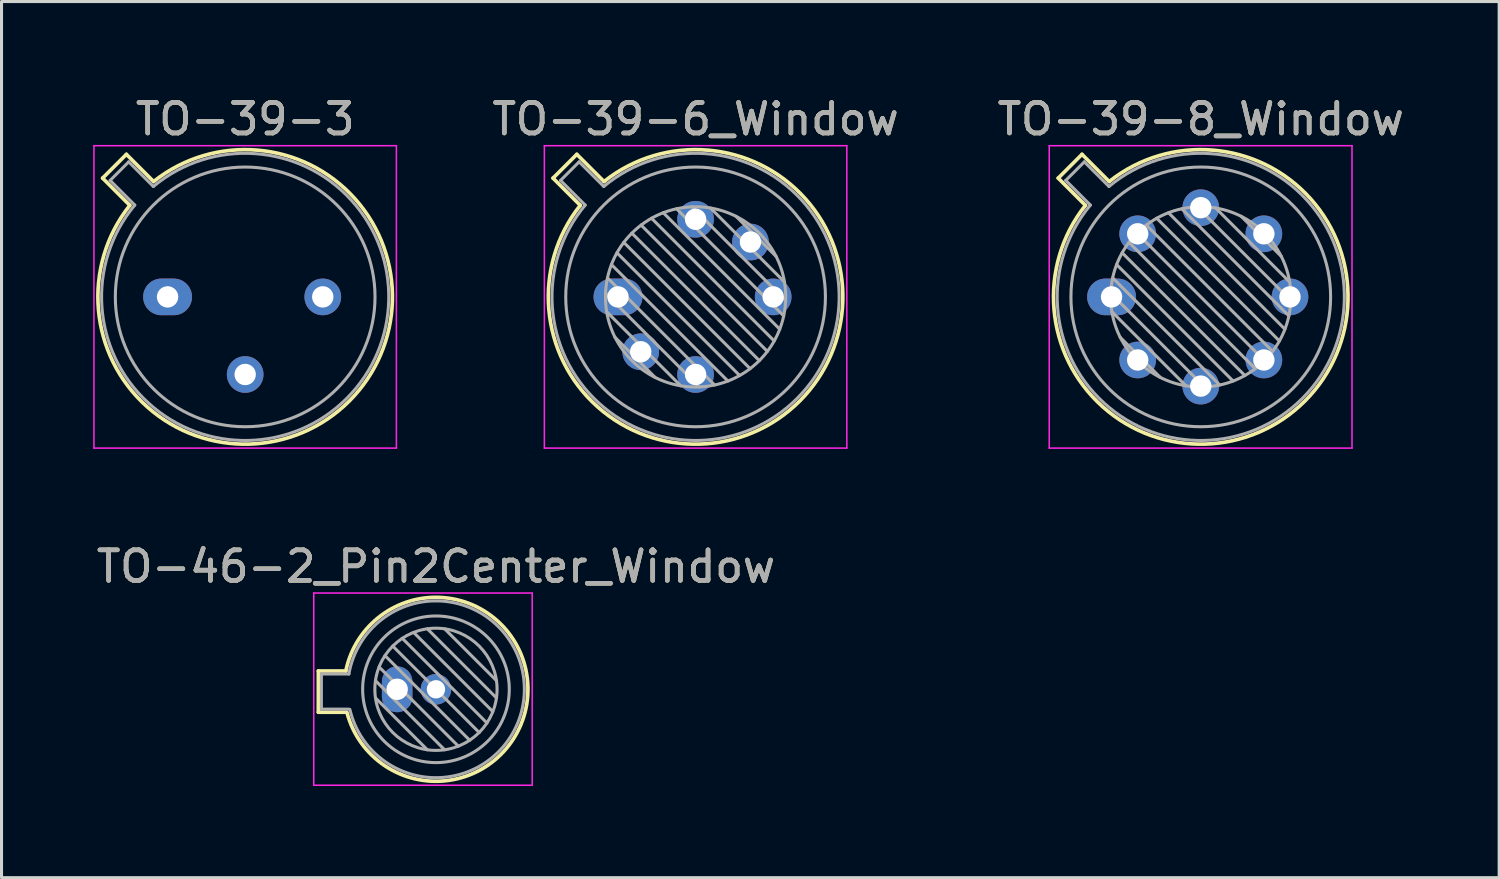
<source format=kicad_pcb>
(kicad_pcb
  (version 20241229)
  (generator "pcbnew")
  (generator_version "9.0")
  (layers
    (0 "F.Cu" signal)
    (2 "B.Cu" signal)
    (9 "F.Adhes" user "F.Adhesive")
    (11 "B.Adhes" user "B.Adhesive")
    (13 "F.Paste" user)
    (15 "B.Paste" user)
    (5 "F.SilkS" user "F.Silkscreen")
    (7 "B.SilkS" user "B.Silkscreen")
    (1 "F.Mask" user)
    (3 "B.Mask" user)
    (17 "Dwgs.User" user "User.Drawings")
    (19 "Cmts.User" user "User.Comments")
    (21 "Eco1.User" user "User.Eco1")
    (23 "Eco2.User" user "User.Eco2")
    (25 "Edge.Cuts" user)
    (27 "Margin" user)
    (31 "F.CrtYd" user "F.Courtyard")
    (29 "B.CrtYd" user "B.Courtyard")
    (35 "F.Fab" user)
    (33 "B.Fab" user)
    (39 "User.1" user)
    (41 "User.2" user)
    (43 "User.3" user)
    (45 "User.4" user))
  (footprint "TO-39-8_Window"
    (layer "F.Cu")
    (at 33.334 6.668)
    (property "Reference" "TO-39-8_Window" (at 2.92 -5.82 0) (layer "F.SilkS") (effects (font (size 1 1) (thickness 0.15))))
    (attr through_hole)
    (fp_line (start -1.746 -3.888) (end -0.855 -2.997) (stroke (width 0.12) (type solid)) (layer "F.SilkS"))
    (fp_line (start -0.968 -4.666) (end -1.746 -3.888) (stroke (width 0.12) (type solid)) (layer "F.SilkS"))
    (fp_line (start -0.077 -3.775) (end -0.968 -4.666) (stroke (width 0.12) (type solid)) (layer "F.SilkS"))
    (fp_arc (start -0.077084 -3.774902) (mid 6.328125 3.408384) (end -0.854674 -2.997371) (stroke (width 0.12) (type solid)) (layer "F.SilkS"))
    (fp_line (start -2.04 -4.95) (end -2.04 4.95) (stroke (width 0.05) (type solid)) (layer "F.CrtYd"))
    (fp_line (start -2.04 4.95) (end 7.87 4.95) (stroke (width 0.05) (type solid)) (layer "F.CrtYd"))
    (fp_line (start 7.87 -4.95) (end -2.04 -4.95) (stroke (width 0.05) (type solid)) (layer "F.CrtYd"))
    (fp_line (start 7.87 4.95) (end 7.87 -4.95) (stroke (width 0.05) (type solid)) (layer "F.CrtYd"))
    (fp_line (start -1.5 -3.812) (end -0.694 -3.005) (stroke (width 0.1) (type solid)) (layer "F.Fab"))
    (fp_line (start -0.892 -4.42) (end -1.5 -3.812) (stroke (width 0.1) (type solid)) (layer "F.Fab"))
    (fp_line (start -0.085 -3.614) (end -0.892 -4.42) (stroke (width 0.1) (type solid)) (layer "F.Fab"))
    (fp_line (start -0.028 -0.12) (end 3.04 2.948) (stroke (width 0.1) (type solid)) (layer "F.Fab"))
    (fp_line (start 0.009 0.485) (end 2.435 2.911) (stroke (width 0.1) (type solid)) (layer "F.Fab"))
    (fp_line (start 0.036 -0.622) (end 3.542 2.884) (stroke (width 0.1) (type solid)) (layer "F.Fab"))
    (fp_line (start 0.165 -1.058) (end 3.978 2.755) (stroke (width 0.1) (type solid)) (layer "F.Fab"))
    (fp_line (start 0.283 1.324) (end 1.596 2.637) (stroke (width 0.1) (type solid)) (layer "F.Fab"))
    (fp_line (start 0.346 -1.443) (end 4.363 2.574) (stroke (width 0.1) (type solid)) (layer "F.Fab"))
    (fp_line (start 0.57 -1.784) (end 4.704 2.35) (stroke (width 0.1) (type solid)) (layer "F.Fab"))
    (fp_line (start 0.834 -2.086) (end 5.006 2.086) (stroke (width 0.1) (type solid)) (layer "F.Fab"))
    (fp_line (start 1.136 -2.35) (end 5.27 1.784) (stroke (width 0.1) (type solid)) (layer "F.Fab"))
    (fp_line (start 1.477 -2.574) (end 5.494 1.443) (stroke (width 0.1) (type solid)) (layer "F.Fab"))
    (fp_line (start 1.862 -2.755) (end 5.675 1.058) (stroke (width 0.1) (type solid)) (layer "F.Fab"))
    (fp_line (start 2.298 -2.884) (end 5.804 0.622) (stroke (width 0.1) (type solid)) (layer "F.Fab"))
    (fp_line (start 2.8 -2.948) (end 5.868 0.12) (stroke (width 0.1) (type solid)) (layer "F.Fab"))
    (fp_line (start 3.405 -2.911) (end 5.831 -0.485) (stroke (width 0.1) (type solid)) (layer "F.Fab"))
    (fp_line (start 4.244 -2.637) (end 5.557 -1.324) (stroke (width 0.1) (type solid)) (layer "F.Fab"))
    (fp_arc (start -0.085408 -3.61352) (mid 6.243443 3.323361) (end -0.693594 -3.005319) (stroke (width 0.1) (type solid)) (layer "F.Fab"))
    (fp_circle (center 2.92 0) (end 5.87 0) (stroke (width 0.1) (type solid)) (fill no) (layer "F.Fab"))
    (fp_circle (center 2.92 0) (end 7.17 0) (stroke (width 0.1) (type solid)) (fill no) (layer "F.Fab"))
    (fp_text user "${REFERENCE}" (at 2.92 -5.82 0) (layer "F.Fab") (effects (font (size 1 1) (thickness 0.15))))
    (pad "1" thru_hole oval (at 0 0) (size 1.6 1.2) (drill 0.7) (layers "*.Cu" "*.Mask"))
    (pad "2" thru_hole oval (at 0.855 2.065) (size 1.2 1.2) (drill 0.7) (layers "*.Cu" "*.Mask"))
    (pad "3" thru_hole oval (at 2.92 2.92) (size 1.2 1.2) (drill 0.7) (layers "*.Cu" "*.Mask"))
    (pad "4" thru_hole oval (at 4.985 2.065) (size 1.2 1.2) (drill 0.7) (layers "*.Cu" "*.Mask"))
    (pad "5" thru_hole oval (at 5.84 0) (size 1.2 1.2) (drill 0.7) (layers "*.Cu" "*.Mask"))
    (pad "6" thru_hole oval (at 4.985 -2.065) (size 1.2 1.2) (drill 0.7) (layers "*.Cu" "*.Mask"))
    (pad "7" thru_hole oval (at 2.92 -2.92) (size 1.2 1.2) (drill 0.7) (layers "*.Cu" "*.Mask"))
    (pad "8" thru_hole oval (at 0.855 -2.065) (size 1.2 1.2) (drill 0.7) (layers "*.Cu" "*.Mask")))
  (footprint "TO-39-3"
    (layer "F.Cu")
    (at 2.435 6.668)
    (property "Reference" "TO-39-3" (at 2.54 -5.82 0) (layer "F.SilkS") (effects (font (size 1 1) (thickness 0.15))))
    (attr through_hole)
    (fp_line (start -2.126 -3.888) (end -1.235 -2.997) (stroke (width 0.12) (type solid)) (layer "F.SilkS"))
    (fp_line (start -1.348 -4.666) (end -2.126 -3.888) (stroke (width 0.12) (type solid)) (layer "F.SilkS"))
    (fp_line (start -0.457 -3.775) (end -1.348 -4.666) (stroke (width 0.12) (type solid)) (layer "F.SilkS"))
    (fp_arc (start -0.457084 -3.774902) (mid 5.948125 3.408384) (end -1.234674 -2.997371) (stroke (width 0.12) (type solid)) (layer "F.SilkS"))
    (fp_line (start -2.41 -4.95) (end -2.41 4.95) (stroke (width 0.05) (type solid)) (layer "F.CrtYd"))
    (fp_line (start -2.41 4.95) (end 7.49 4.95) (stroke (width 0.05) (type solid)) (layer "F.CrtYd"))
    (fp_line (start 7.49 -4.95) (end -2.41 -4.95) (stroke (width 0.05) (type solid)) (layer "F.CrtYd"))
    (fp_line (start 7.49 4.95) (end 7.49 -4.95) (stroke (width 0.05) (type solid)) (layer "F.CrtYd"))
    (fp_line (start -1.88 -3.812) (end -1.074 -3.005) (stroke (width 0.1) (type solid)) (layer "F.Fab"))
    (fp_line (start -1.272 -4.42) (end -1.88 -3.812) (stroke (width 0.1) (type solid)) (layer "F.Fab"))
    (fp_line (start -0.465 -3.614) (end -1.272 -4.42) (stroke (width 0.1) (type solid)) (layer "F.Fab"))
    (fp_arc (start -0.465408 -3.61352) (mid 5.863443 3.323361) (end -1.073594 -3.005319) (stroke (width 0.1) (type solid)) (layer "F.Fab"))
    (fp_circle (center 2.54 0) (end 6.79 0) (stroke (width 0.1) (type solid)) (fill no) (layer "F.Fab"))
    (fp_text user "${REFERENCE}" (at 2.54 -5.82 0) (layer "F.Fab") (effects (font (size 1 1) (thickness 0.15))))
    (pad "1" thru_hole oval (at 0 0) (size 1.6 1.2) (drill 0.7) (layers "*.Cu" "*.Mask"))
    (pad "2" thru_hole oval (at 2.54 2.54) (size 1.2 1.2) (drill 0.7) (layers "*.Cu" "*.Mask"))
    (pad "3" thru_hole oval (at 5.08 0) (size 1.2 1.2) (drill 0.7) (layers "*.Cu" "*.Mask")))
  (footprint "TO-39-6_Window"
    (layer "F.Cu")
    (at 17.178 6.668)
    (property "Reference" "TO-39-6_Window" (at 2.54 -5.82 0) (layer "F.SilkS") (effects (font (size 1 1) (thickness 0.15))))
    (attr through_hole)
    (fp_line (start -2.126 -3.888) (end -1.235 -2.997) (stroke (width 0.12) (type solid)) (layer "F.SilkS"))
    (fp_line (start -1.348 -4.666) (end -2.126 -3.888) (stroke (width 0.12) (type solid)) (layer "F.SilkS"))
    (fp_line (start -0.457 -3.775) (end -1.348 -4.666) (stroke (width 0.12) (type solid)) (layer "F.SilkS"))
    (fp_arc (start -0.457084 -3.774902) (mid 5.948125 3.408384) (end -1.234674 -2.997371) (stroke (width 0.12) (type solid)) (layer "F.SilkS"))
    (fp_line (start -2.41 -4.95) (end -2.41 4.95) (stroke (width 0.05) (type solid)) (layer "F.CrtYd"))
    (fp_line (start -2.41 4.95) (end 7.49 4.95) (stroke (width 0.05) (type solid)) (layer "F.CrtYd"))
    (fp_line (start 7.49 -4.95) (end -2.41 -4.95) (stroke (width 0.05) (type solid)) (layer "F.CrtYd"))
    (fp_line (start 7.49 4.95) (end 7.49 -4.95) (stroke (width 0.05) (type solid)) (layer "F.CrtYd"))
    (fp_line (start -1.88 -3.812) (end -1.074 -3.005) (stroke (width 0.1) (type solid)) (layer "F.Fab"))
    (fp_line (start -1.272 -4.42) (end -1.88 -3.812) (stroke (width 0.1) (type solid)) (layer "F.Fab"))
    (fp_line (start -0.465 -3.614) (end -1.272 -4.42) (stroke (width 0.1) (type solid)) (layer "F.Fab"))
    (fp_line (start -0.408 -0.12) (end 2.66 2.948) (stroke (width 0.1) (type solid)) (layer "F.Fab"))
    (fp_line (start -0.371 0.485) (end 2.055 2.911) (stroke (width 0.1) (type solid)) (layer "F.Fab"))
    (fp_line (start -0.344 -0.622) (end 3.162 2.884) (stroke (width 0.1) (type solid)) (layer "F.Fab"))
    (fp_line (start -0.215 -1.058) (end 3.598 2.755) (stroke (width 0.1) (type solid)) (layer "F.Fab"))
    (fp_line (start -0.097 1.324) (end 1.216 2.637) (stroke (width 0.1) (type solid)) (layer "F.Fab"))
    (fp_line (start -0.034 -1.443) (end 3.983 2.574) (stroke (width 0.1) (type solid)) (layer "F.Fab"))
    (fp_line (start 0.19 -1.784) (end 4.324 2.35) (stroke (width 0.1) (type solid)) (layer "F.Fab"))
    (fp_line (start 0.454 -2.086) (end 4.626 2.086) (stroke (width 0.1) (type solid)) (layer "F.Fab"))
    (fp_line (start 0.756 -2.35) (end 4.89 1.784) (stroke (width 0.1) (type solid)) (layer "F.Fab"))
    (fp_line (start 1.097 -2.574) (end 5.114 1.443) (stroke (width 0.1) (type solid)) (layer "F.Fab"))
    (fp_line (start 1.482 -2.755) (end 5.295 1.058) (stroke (width 0.1) (type solid)) (layer "F.Fab"))
    (fp_line (start 1.918 -2.884) (end 5.424 0.622) (stroke (width 0.1) (type solid)) (layer "F.Fab"))
    (fp_line (start 2.42 -2.948) (end 5.488 0.12) (stroke (width 0.1) (type solid)) (layer "F.Fab"))
    (fp_line (start 3.025 -2.911) (end 5.451 -0.485) (stroke (width 0.1) (type solid)) (layer "F.Fab"))
    (fp_line (start 3.864 -2.637) (end 5.177 -1.324) (stroke (width 0.1) (type solid)) (layer "F.Fab"))
    (fp_arc (start -0.465408 -3.61352) (mid 5.863443 3.323361) (end -1.073594 -3.005319) (stroke (width 0.1) (type solid)) (layer "F.Fab"))
    (fp_circle (center 2.54 0) (end 5.49 0) (stroke (width 0.1) (type solid)) (fill no) (layer "F.Fab"))
    (fp_circle (center 2.54 0) (end 6.79 0) (stroke (width 0.1) (type solid)) (fill no) (layer "F.Fab"))
    (fp_text user "${REFERENCE}" (at 2.54 -5.82 0) (layer "F.Fab") (effects (font (size 1 1) (thickness 0.15))))
    (pad "1" thru_hole oval (at 0 0) (size 1.6 1.2) (drill 0.7) (layers "*.Cu" "*.Mask"))
    (pad "2" thru_hole oval (at 0.744 1.796) (size 1.2 1.2) (drill 0.7) (layers "*.Cu" "*.Mask"))
    (pad "3" thru_hole oval (at 2.54 2.54) (size 1.2 1.2) (drill 0.7) (layers "*.Cu" "*.Mask"))
    (pad "4" thru_hole oval (at 5.08 0) (size 1.2 1.2) (drill 0.7) (layers "*.Cu" "*.Mask"))
    (pad "5" thru_hole oval (at 4.336 -1.796) (size 1.2 1.2) (drill 0.7) (layers "*.Cu" "*.Mask"))
    (pad "6" thru_hole oval (at 2.54 -2.54) (size 1.2 1.2) (drill 0.7) (layers "*.Cu" "*.Mask")))
  (footprint "TO-46-2_Pin2Center_Window"
    (layer "F.Cu")
    (at 9.95 19.512)
    (property "Reference" "TO-46-2_Pin2Center_Window" (at 1.27 -4.02 0) (layer "F.SilkS") (effects (font (size 1 1) (thickness 0.15))))
    (attr through_hole)
    (fp_line (start -2.58 -0.6) (end -2.58 0.75) (stroke (width 0.12) (type solid)) (layer "F.SilkS"))
    (fp_line (start -2.58 0.75) (end -1.68 0.75) (stroke (width 0.12) (type solid)) (layer "F.SilkS"))
    (fp_line (start -1.68 -0.6) (end -2.58 -0.6) (stroke (width 0.12) (type solid)) (layer "F.SilkS"))
    (fp_arc (start -1.68 -0.6) (mid 4.279362 -0.078983) (end -1.644465 0.753918) (stroke (width 0.12) (type solid)) (layer "F.SilkS"))
    (fp_line (start -2.73 -3.15) (end -2.73 3.14) (stroke (width 0.05) (type solid)) (layer "F.CrtYd"))
    (fp_line (start -2.73 -3.15) (end 4.42 -3.15) (stroke (width 0.05) (type solid)) (layer "F.CrtYd"))
    (fp_line (start 4.42 3.14) (end -2.73 3.14) (stroke (width 0.05) (type solid)) (layer "F.CrtYd"))
    (fp_line (start 4.42 3.14) (end 4.42 -3.15) (stroke (width 0.05) (type solid)) (layer "F.CrtYd"))
    (fp_line (start -2.48 -0.5) (end -2.48 0.65) (stroke (width 0.1) (type solid)) (layer "F.Fab"))
    (fp_line (start -2.48 0.65) (end -1.58 0.65) (stroke (width 0.1) (type solid)) (layer "F.Fab"))
    (fp_line (start -1.58 -0.5) (end -2.48 -0.5) (stroke (width 0.1) (type solid)) (layer "F.Fab"))
    (fp_line (start -0.71 -0.283) (end 1.553 1.98) (stroke (width 0.1) (type solid)) (layer "F.Fab"))
    (fp_line (start -0.71 0.283) (end 0.987 1.98) (stroke (width 0.1) (type solid)) (layer "F.Fab"))
    (fp_line (start -0.592 -0.731) (end 2.001 1.862) (stroke (width 0.1) (type solid)) (layer "F.Fab"))
    (fp_line (start -0.399 -1.103) (end 2.373 1.669) (stroke (width 0.1) (type solid)) (layer "F.Fab"))
    (fp_line (start -0.145 -1.415) (end 2.685 1.415) (stroke (width 0.1) (type solid)) (layer "F.Fab"))
    (fp_line (start 0.167 -1.669) (end 2.939 1.103) (stroke (width 0.1) (type solid)) (layer "F.Fab"))
    (fp_line (start 0.539 -1.862) (end 3.132 0.731) (stroke (width 0.1) (type solid)) (layer "F.Fab"))
    (fp_line (start 0.987 -1.98) (end 3.25 0.283) (stroke (width 0.1) (type solid)) (layer "F.Fab"))
    (fp_line (start 1.553 -1.98) (end 3.25 -0.283) (stroke (width 0.1) (type solid)) (layer "F.Fab"))
    (fp_arc (start -1.58 -0.5) (mid 4.1624 -0.08076) (end -1.54766 0.65825) (stroke (width 0.1) (type solid)) (layer "F.Fab"))
    (fp_circle (center 1.27 0) (end 3.27 0) (stroke (width 0.1) (type solid)) (fill no) (layer "F.Fab"))
    (fp_circle (center 1.27 0) (end 3.67 0) (stroke (width 0.1) (type solid)) (fill no) (layer "F.Fab"))
    (fp_text user "${REFERENCE}" (at 1.27 -4.02 0) (layer "F.Fab") (effects (font (size 1 1) (thickness 0.15))))
    (pad "1" thru_hole oval (at 0 0 90) (size 1.5 1) (drill 0.7) (layers "*.Cu" "*.Mask"))
    (pad "2" thru_hole oval (at 1.27 0) (size 1 1) (drill 0.6) (layers "*.Cu" "*.Mask")))
  (gr_rect
    (start -3 -3)
    (end 46.021 25.677)
    (stroke (width 0.1) (type default))
    (fill no)
    (layer "Edge.Cuts")))
</source>
